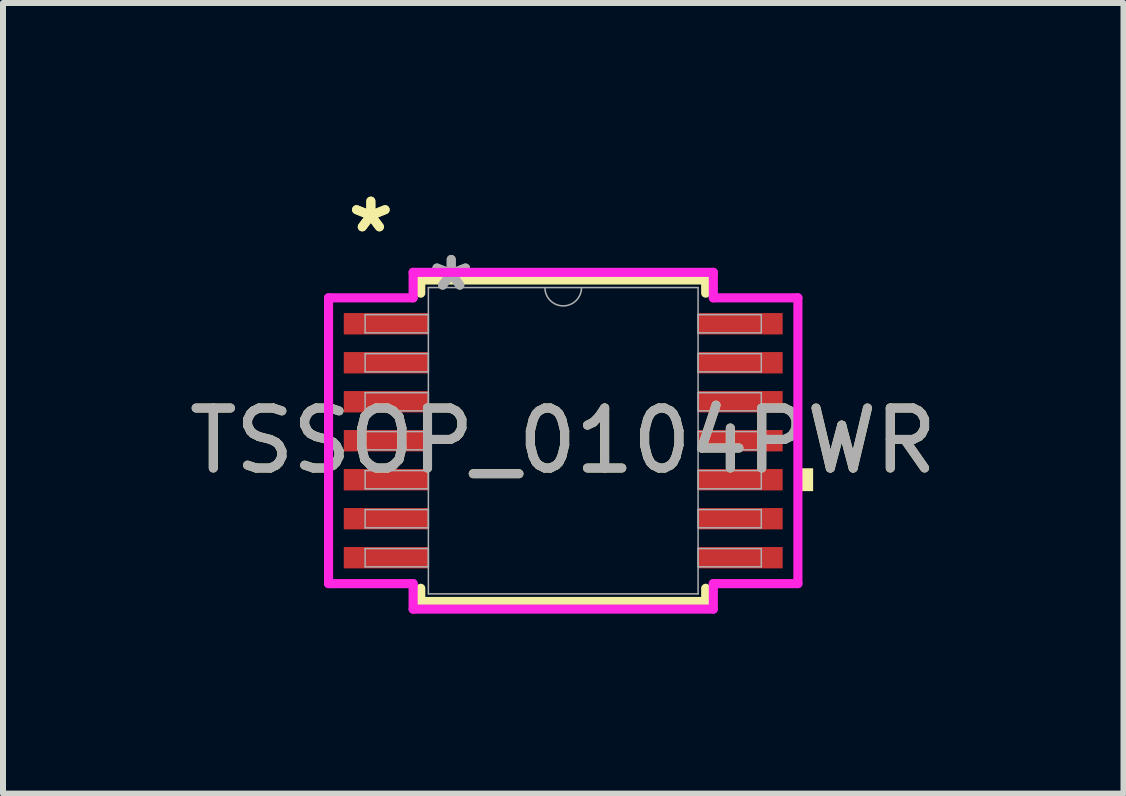
<source format=kicad_pcb>
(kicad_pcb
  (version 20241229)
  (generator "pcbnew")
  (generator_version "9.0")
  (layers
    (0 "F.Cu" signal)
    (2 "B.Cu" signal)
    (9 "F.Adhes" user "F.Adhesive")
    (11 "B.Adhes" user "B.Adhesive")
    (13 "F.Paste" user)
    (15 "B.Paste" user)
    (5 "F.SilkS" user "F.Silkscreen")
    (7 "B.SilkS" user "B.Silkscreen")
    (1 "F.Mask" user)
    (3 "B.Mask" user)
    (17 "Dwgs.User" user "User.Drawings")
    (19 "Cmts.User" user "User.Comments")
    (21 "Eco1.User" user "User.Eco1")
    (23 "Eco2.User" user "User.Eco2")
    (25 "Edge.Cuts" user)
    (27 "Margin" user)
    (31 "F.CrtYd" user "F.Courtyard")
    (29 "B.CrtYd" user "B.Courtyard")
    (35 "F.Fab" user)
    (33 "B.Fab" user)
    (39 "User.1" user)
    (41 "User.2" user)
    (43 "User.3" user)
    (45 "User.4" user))
  (footprint "TSSOP_0104PWR"
    (layer "F.Cu")
    (at 6.339 4.297)
    (property "Reference" "TSSOP_0104PWR" (at 0 0 0) (unlocked yes) (layer "F.SilkS") (effects (font (size 1 1) (thickness 0.15))))
    (attr smd)
    (fp_line (start -2.375 -2.68) (end -2.375 -2.46) (stroke (width 0.152) (type solid)) (layer "F.SilkS"))
    (fp_line (start -2.375 2.46) (end -2.375 2.68) (stroke (width 0.152) (type solid)) (layer "F.SilkS"))
    (fp_line (start -2.375 2.68) (end 2.375 2.68) (stroke (width 0.152) (type solid)) (layer "F.SilkS"))
    (fp_line (start 2.375 -2.68) (end -2.375 -2.68) (stroke (width 0.152) (type solid)) (layer "F.SilkS"))
    (fp_line (start 2.375 -2.46) (end 2.375 -2.68) (stroke (width 0.152) (type solid)) (layer "F.SilkS"))
    (fp_line (start 2.375 2.68) (end 2.375 2.46) (stroke (width 0.152) (type solid)) (layer "F.SilkS"))
    (fp_poly (pts (xy 4.166 0.459) (xy 4.166 0.84) (xy 3.912 0.84) (xy 3.912 0.459)) (stroke (width 0) (type solid)) (fill yes) (layer "F.SilkS"))
    (fp_line (start -3.912 -2.382) (end -2.502 -2.382) (stroke (width 0.152) (type solid)) (layer "F.CrtYd"))
    (fp_line (start -3.912 2.382) (end -3.912 -2.382) (stroke (width 0.152) (type solid)) (layer "F.CrtYd"))
    (fp_line (start -3.912 2.382) (end -2.502 2.382) (stroke (width 0.152) (type solid)) (layer "F.CrtYd"))
    (fp_line (start -2.502 -2.807) (end 2.502 -2.807) (stroke (width 0.152) (type solid)) (layer "F.CrtYd"))
    (fp_line (start -2.502 -2.382) (end -2.502 -2.807) (stroke (width 0.152) (type solid)) (layer "F.CrtYd"))
    (fp_line (start -2.502 2.807) (end -2.502 2.382) (stroke (width 0.152) (type solid)) (layer "F.CrtYd"))
    (fp_line (start 2.502 -2.807) (end 2.502 -2.382) (stroke (width 0.152) (type solid)) (layer "F.CrtYd"))
    (fp_line (start 2.502 2.382) (end 2.502 2.807) (stroke (width 0.152) (type solid)) (layer "F.CrtYd"))
    (fp_line (start 2.502 2.807) (end -2.502 2.807) (stroke (width 0.152) (type solid)) (layer "F.CrtYd"))
    (fp_line (start 3.912 -2.382) (end 2.502 -2.382) (stroke (width 0.152) (type solid)) (layer "F.CrtYd"))
    (fp_line (start 3.912 -2.382) (end 3.912 2.382) (stroke (width 0.152) (type solid)) (layer "F.CrtYd"))
    (fp_line (start 3.912 2.382) (end 2.502 2.382) (stroke (width 0.152) (type solid)) (layer "F.CrtYd"))
    (fp_line (start -3.302 -2.102) (end -3.302 -1.798) (stroke (width 0.025) (type solid)) (layer "F.Fab"))
    (fp_line (start -3.302 -1.798) (end -2.248 -1.798) (stroke (width 0.025) (type solid)) (layer "F.Fab"))
    (fp_line (start -3.302 -1.452) (end -3.302 -1.148) (stroke (width 0.025) (type solid)) (layer "F.Fab"))
    (fp_line (start -3.302 -1.148) (end -2.248 -1.148) (stroke (width 0.025) (type solid)) (layer "F.Fab"))
    (fp_line (start -3.302 -0.802) (end -3.302 -0.498) (stroke (width 0.025) (type solid)) (layer "F.Fab"))
    (fp_line (start -3.302 -0.498) (end -2.248 -0.498) (stroke (width 0.025) (type solid)) (layer "F.Fab"))
    (fp_line (start -3.302 -0.152) (end -3.302 0.152) (stroke (width 0.025) (type solid)) (layer "F.Fab"))
    (fp_line (start -3.302 0.152) (end -2.248 0.152) (stroke (width 0.025) (type solid)) (layer "F.Fab"))
    (fp_line (start -3.302 0.498) (end -3.302 0.802) (stroke (width 0.025) (type solid)) (layer "F.Fab"))
    (fp_line (start -3.302 0.802) (end -2.248 0.802) (stroke (width 0.025) (type solid)) (layer "F.Fab"))
    (fp_line (start -3.302 1.148) (end -3.302 1.452) (stroke (width 0.025) (type solid)) (layer "F.Fab"))
    (fp_line (start -3.302 1.452) (end -2.248 1.452) (stroke (width 0.025) (type solid)) (layer "F.Fab"))
    (fp_line (start -3.302 1.798) (end -3.302 2.102) (stroke (width 0.025) (type solid)) (layer "F.Fab"))
    (fp_line (start -3.302 2.102) (end -2.248 2.102) (stroke (width 0.025) (type solid)) (layer "F.Fab"))
    (fp_line (start -2.248 -2.553) (end -2.248 2.553) (stroke (width 0.025) (type solid)) (layer "F.Fab"))
    (fp_line (start -2.248 -2.102) (end -3.302 -2.102) (stroke (width 0.025) (type solid)) (layer "F.Fab"))
    (fp_line (start -2.248 -1.798) (end -2.248 -2.102) (stroke (width 0.025) (type solid)) (layer "F.Fab"))
    (fp_line (start -2.248 -1.452) (end -3.302 -1.452) (stroke (width 0.025) (type solid)) (layer "F.Fab"))
    (fp_line (start -2.248 -1.148) (end -2.248 -1.452) (stroke (width 0.025) (type solid)) (layer "F.Fab"))
    (fp_line (start -2.248 -0.802) (end -3.302 -0.802) (stroke (width 0.025) (type solid)) (layer "F.Fab"))
    (fp_line (start -2.248 -0.498) (end -2.248 -0.802) (stroke (width 0.025) (type solid)) (layer "F.Fab"))
    (fp_line (start -2.248 -0.152) (end -3.302 -0.152) (stroke (width 0.025) (type solid)) (layer "F.Fab"))
    (fp_line (start -2.248 0.152) (end -2.248 -0.152) (stroke (width 0.025) (type solid)) (layer "F.Fab"))
    (fp_line (start -2.248 0.498) (end -3.302 0.498) (stroke (width 0.025) (type solid)) (layer "F.Fab"))
    (fp_line (start -2.248 0.802) (end -2.248 0.498) (stroke (width 0.025) (type solid)) (layer "F.Fab"))
    (fp_line (start -2.248 1.148) (end -3.302 1.148) (stroke (width 0.025) (type solid)) (layer "F.Fab"))
    (fp_line (start -2.248 1.452) (end -2.248 1.148) (stroke (width 0.025) (type solid)) (layer "F.Fab"))
    (fp_line (start -2.248 1.798) (end -3.302 1.798) (stroke (width 0.025) (type solid)) (layer "F.Fab"))
    (fp_line (start -2.248 2.102) (end -2.248 1.798) (stroke (width 0.025) (type solid)) (layer "F.Fab"))
    (fp_line (start -2.248 2.553) (end 2.248 2.553) (stroke (width 0.025) (type solid)) (layer "F.Fab"))
    (fp_line (start 2.248 -2.553) (end -2.248 -2.553) (stroke (width 0.025) (type solid)) (layer "F.Fab"))
    (fp_line (start 2.248 -2.102) (end 2.248 -1.798) (stroke (width 0.025) (type solid)) (layer "F.Fab"))
    (fp_line (start 2.248 -1.798) (end 3.302 -1.798) (stroke (width 0.025) (type solid)) (layer "F.Fab"))
    (fp_line (start 2.248 -1.452) (end 2.248 -1.148) (stroke (width 0.025) (type solid)) (layer "F.Fab"))
    (fp_line (start 2.248 -1.148) (end 3.302 -1.148) (stroke (width 0.025) (type solid)) (layer "F.Fab"))
    (fp_line (start 2.248 -0.802) (end 2.248 -0.498) (stroke (width 0.025) (type solid)) (layer "F.Fab"))
    (fp_line (start 2.248 -0.498) (end 3.302 -0.498) (stroke (width 0.025) (type solid)) (layer "F.Fab"))
    (fp_line (start 2.248 -0.152) (end 2.248 0.152) (stroke (width 0.025) (type solid)) (layer "F.Fab"))
    (fp_line (start 2.248 0.152) (end 3.302 0.152) (stroke (width 0.025) (type solid)) (layer "F.Fab"))
    (fp_line (start 2.248 0.498) (end 2.248 0.802) (stroke (width 0.025) (type solid)) (layer "F.Fab"))
    (fp_line (start 2.248 0.802) (end 3.302 0.802) (stroke (width 0.025) (type solid)) (layer "F.Fab"))
    (fp_line (start 2.248 1.148) (end 2.248 1.452) (stroke (width 0.025) (type solid)) (layer "F.Fab"))
    (fp_line (start 2.248 1.452) (end 3.302 1.452) (stroke (width 0.025) (type solid)) (layer "F.Fab"))
    (fp_line (start 2.248 1.798) (end 2.248 2.102) (stroke (width 0.025) (type solid)) (layer "F.Fab"))
    (fp_line (start 2.248 2.102) (end 3.302 2.102) (stroke (width 0.025) (type solid)) (layer "F.Fab"))
    (fp_line (start 2.248 2.553) (end 2.248 -2.553) (stroke (width 0.025) (type solid)) (layer "F.Fab"))
    (fp_line (start 3.302 -2.102) (end 2.248 -2.102) (stroke (width 0.025) (type solid)) (layer "F.Fab"))
    (fp_line (start 3.302 -1.798) (end 3.302 -2.102) (stroke (width 0.025) (type solid)) (layer "F.Fab"))
    (fp_line (start 3.302 -1.452) (end 2.248 -1.452) (stroke (width 0.025) (type solid)) (layer "F.Fab"))
    (fp_line (start 3.302 -1.148) (end 3.302 -1.452) (stroke (width 0.025) (type solid)) (layer "F.Fab"))
    (fp_line (start 3.302 -0.802) (end 2.248 -0.802) (stroke (width 0.025) (type solid)) (layer "F.Fab"))
    (fp_line (start 3.302 -0.498) (end 3.302 -0.802) (stroke (width 0.025) (type solid)) (layer "F.Fab"))
    (fp_line (start 3.302 -0.152) (end 2.248 -0.152) (stroke (width 0.025) (type solid)) (layer "F.Fab"))
    (fp_line (start 3.302 0.152) (end 3.302 -0.152) (stroke (width 0.025) (type solid)) (layer "F.Fab"))
    (fp_line (start 3.302 0.498) (end 2.248 0.498) (stroke (width 0.025) (type solid)) (layer "F.Fab"))
    (fp_line (start 3.302 0.802) (end 3.302 0.498) (stroke (width 0.025) (type solid)) (layer "F.Fab"))
    (fp_line (start 3.302 1.148) (end 2.248 1.148) (stroke (width 0.025) (type solid)) (layer "F.Fab"))
    (fp_line (start 3.302 1.452) (end 3.302 1.148) (stroke (width 0.025) (type solid)) (layer "F.Fab"))
    (fp_line (start 3.302 1.798) (end 2.248 1.798) (stroke (width 0.025) (type solid)) (layer "F.Fab"))
    (fp_line (start 3.302 2.102) (end 3.302 1.798) (stroke (width 0.025) (type solid)) (layer "F.Fab"))
    (fp_arc (start 0.3048 -2.5527) (mid 0 -2.2479) (end -0.3048 -2.5527) (stroke (width 0.0254) (type solid)) (layer "F.Fab"))
    (fp_text user "*" (at -3.207 -3.449 0) (layer "F.SilkS") (effects (font (size 1 1) (thickness 0.15))))
    (fp_text user "*" (at -3.207 -3.449 0) (unlocked yes) (layer "F.SilkS") (effects (font (size 1 1) (thickness 0.15))))
    (fp_text user "*" (at -1.867 -2.477 0) (unlocked yes) (layer "F.Fab") (effects (font (size 1 1) (thickness 0.15))))
    (fp_text user "${REFERENCE}" (at 0 0 0) (unlocked yes) (layer "F.Fab") (effects (font (size 1 1) (thickness 0.15))))
    (fp_text user "*" (at -1.867 -2.477 0) (layer "F.Fab") (effects (font (size 1 1) (thickness 0.15))))
    (pad "1" smd rect (at -2.953 -1.95) (size 1.41 0.356) (layers "F.Cu" "F.Mask" "F.Paste"))
    (pad "2" smd rect (at -2.953 -1.3) (size 1.41 0.356) (layers "F.Cu" "F.Mask" "F.Paste"))
    (pad "3" smd rect (at -2.953 -0.65) (size 1.41 0.356) (layers "F.Cu" "F.Mask" "F.Paste"))
    (pad "4" smd rect (at -2.953 0) (size 1.41 0.356) (layers "F.Cu" "F.Mask" "F.Paste"))
    (pad "5" smd rect (at -2.953 0.65) (size 1.41 0.356) (layers "F.Cu" "F.Mask" "F.Paste"))
    (pad "6" smd rect (at -2.953 1.3) (size 1.41 0.356) (layers "F.Cu" "F.Mask" "F.Paste"))
    (pad "7" smd rect (at -2.953 1.95) (size 1.41 0.356) (layers "F.Cu" "F.Mask" "F.Paste"))
    (pad "8" smd rect (at 2.953 1.95) (size 1.41 0.356) (layers "F.Cu" "F.Mask" "F.Paste"))
    (pad "9" smd rect (at 2.953 1.3) (size 1.41 0.356) (layers "F.Cu" "F.Mask" "F.Paste"))
    (pad "10" smd rect (at 2.953 0.65) (size 1.41 0.356) (layers "F.Cu" "F.Mask" "F.Paste"))
    (pad "11" smd rect (at 2.953 0) (size 1.41 0.356) (layers "F.Cu" "F.Mask" "F.Paste"))
    (pad "12" smd rect (at 2.953 -0.65) (size 1.41 0.356) (layers "F.Cu" "F.Mask" "F.Paste"))
    (pad "13" smd rect (at 2.953 -1.3) (size 1.41 0.356) (layers "F.Cu" "F.Mask" "F.Paste"))
    (pad "14" smd rect (at 2.953 -1.95) (size 1.41 0.356) (layers "F.Cu" "F.Mask" "F.Paste")))
  (gr_rect
    (start -3 -3)
    (end 15.679 10.18)
    (stroke (width 0.1) (type default))
    (fill no)
    (layer "Edge.Cuts")))
</source>
